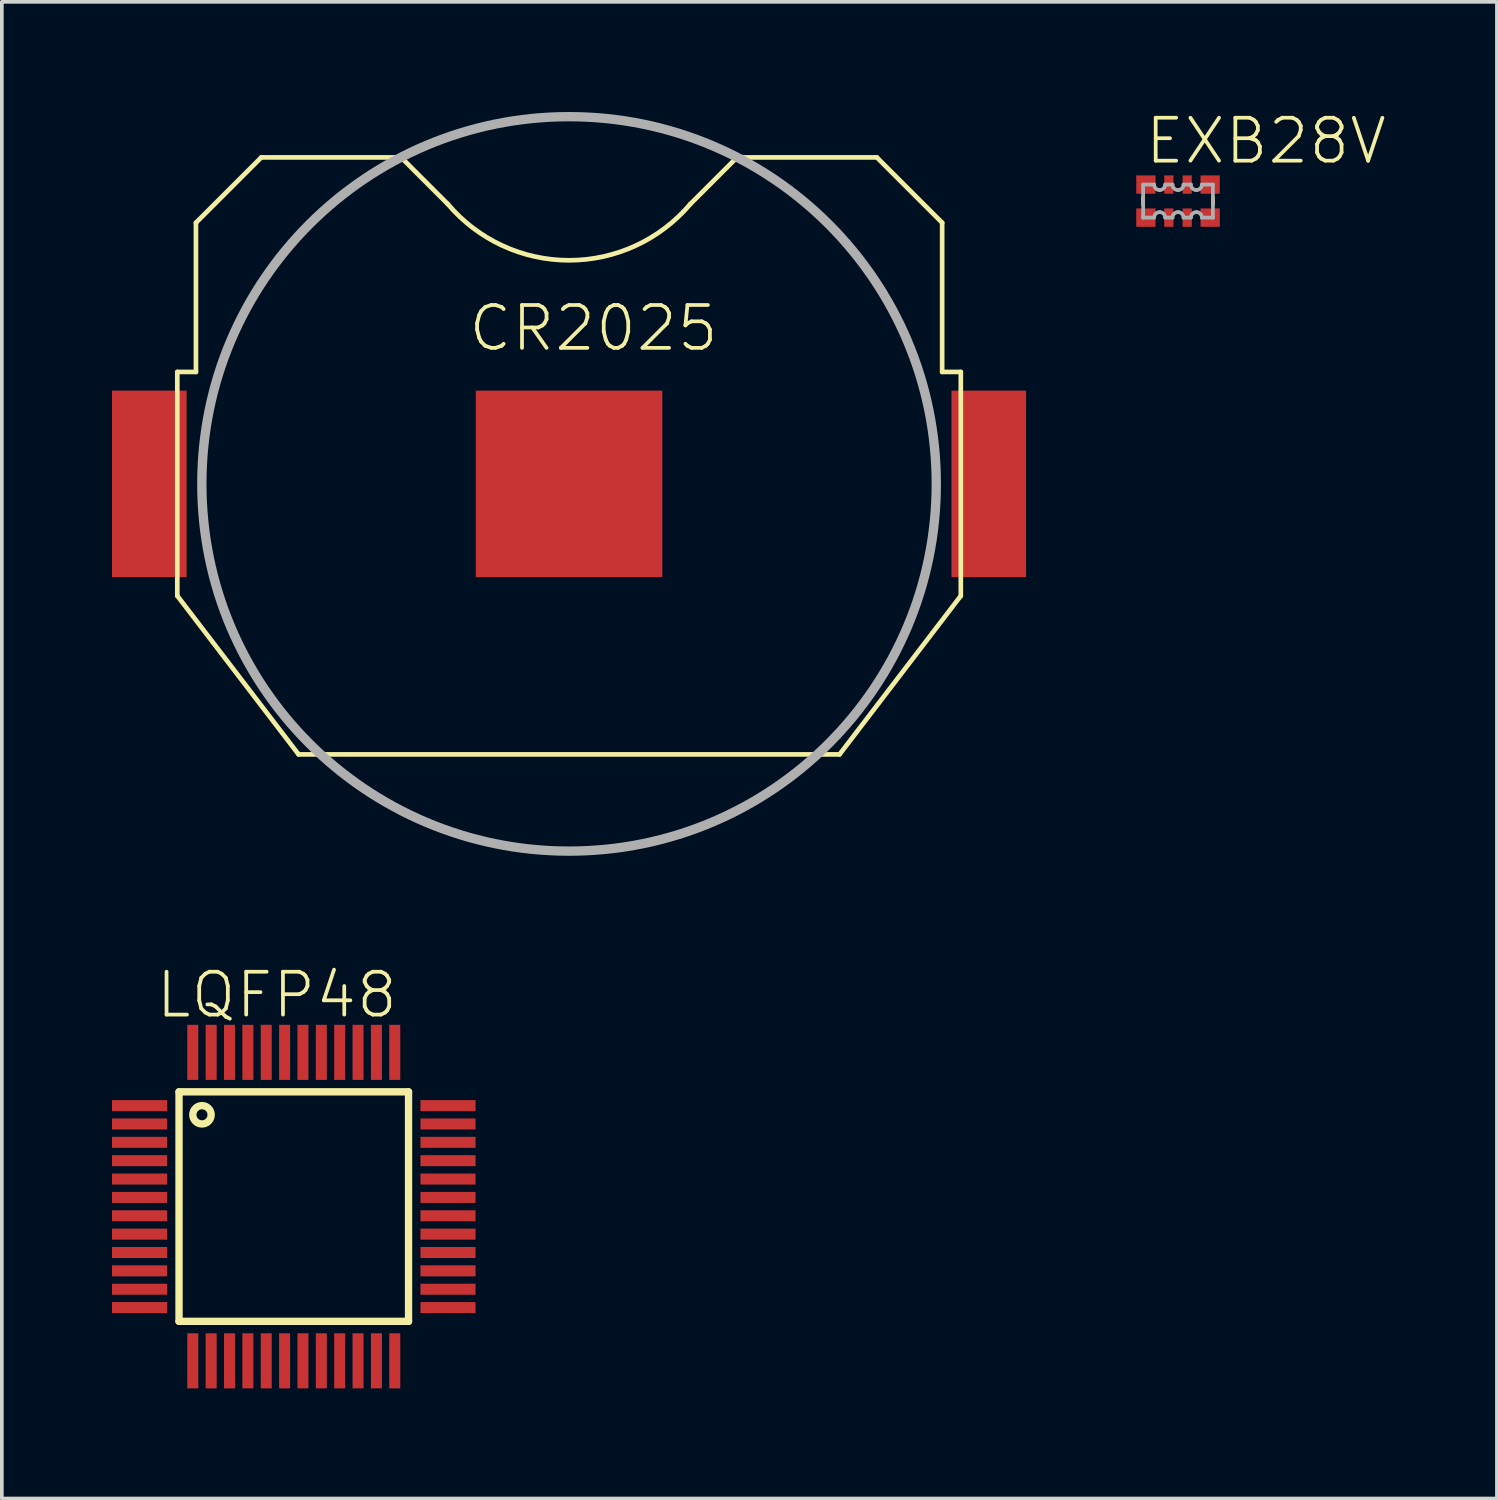
<source format=kicad_pcb>
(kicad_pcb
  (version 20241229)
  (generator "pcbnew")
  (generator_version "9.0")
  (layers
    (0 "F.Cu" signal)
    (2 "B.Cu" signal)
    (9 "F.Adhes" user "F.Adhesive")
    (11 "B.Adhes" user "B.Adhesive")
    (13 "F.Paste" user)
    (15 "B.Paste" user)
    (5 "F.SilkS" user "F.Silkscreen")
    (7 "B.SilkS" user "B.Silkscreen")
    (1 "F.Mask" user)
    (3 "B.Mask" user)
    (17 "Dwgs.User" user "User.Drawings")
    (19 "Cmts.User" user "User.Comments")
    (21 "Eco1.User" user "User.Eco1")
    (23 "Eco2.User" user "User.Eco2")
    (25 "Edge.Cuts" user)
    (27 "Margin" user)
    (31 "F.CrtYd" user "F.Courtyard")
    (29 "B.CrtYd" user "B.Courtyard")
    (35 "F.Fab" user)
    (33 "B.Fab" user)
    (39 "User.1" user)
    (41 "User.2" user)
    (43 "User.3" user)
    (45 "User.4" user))
  (footprint "CR2025"
    (layer "F.Cu")
    (at 12.446 10.127)
    (property "Reference" "CR2025" (at -2.794 -3.556 0) (unlocked yes) (layer "F.SilkS") (effects (font (size 1.168 1.168) (thickness 0.102)) (justify left bottom)))
    (fp_line (start -10.668 -3.048) (end -10.16 -3.048) (stroke (width 0.127) (type solid)) (layer "F.SilkS"))
    (fp_line (start -10.668 3.048) (end -10.668 -3.048) (stroke (width 0.127) (type solid)) (layer "F.SilkS"))
    (fp_line (start -10.16 -7.112) (end -8.382 -8.89) (stroke (width 0.127) (type solid)) (layer "F.SilkS"))
    (fp_line (start -10.16 -3.048) (end -10.16 -7.112) (stroke (width 0.127) (type solid)) (layer "F.SilkS"))
    (fp_line (start -7.366 7.366) (end -10.668 3.048) (stroke (width 0.127) (type solid)) (layer "F.SilkS"))
    (fp_line (start -7.366 7.366) (end 7.366 7.366) (stroke (width 0.127) (type solid)) (layer "F.SilkS"))
    (fp_line (start -4.572 -8.89) (end -8.382 -8.89) (stroke (width 0.127) (type solid)) (layer "F.SilkS"))
    (fp_line (start -3.302 -7.62) (end -4.572 -8.89) (stroke (width 0.127) (type solid)) (layer "F.SilkS"))
    (fp_line (start 3.302 -7.62) (end 4.572 -8.89) (stroke (width 0.127) (type solid)) (layer "F.SilkS"))
    (fp_line (start 4.572 -8.89) (end 8.382 -8.89) (stroke (width 0.127) (type solid)) (layer "F.SilkS"))
    (fp_line (start 7.366 7.366) (end 10.668 3.048) (stroke (width 0.127) (type solid)) (layer "F.SilkS"))
    (fp_line (start 10.16 -7.112) (end 8.382 -8.89) (stroke (width 0.127) (type solid)) (layer "F.SilkS"))
    (fp_line (start 10.16 -3.048) (end 10.16 -7.112) (stroke (width 0.127) (type solid)) (layer "F.SilkS"))
    (fp_line (start 10.668 -3.048) (end 10.16 -3.048) (stroke (width 0.127) (type solid)) (layer "F.SilkS"))
    (fp_line (start 10.668 -3.048) (end 10.668 3.048) (stroke (width 0.127) (type solid)) (layer "F.SilkS"))
    (fp_arc (start 3.302 -7.62) (mid 0 -6.088536) (end -3.302 -7.62) (stroke (width 0.127) (type solid)) (layer "F.SilkS"))
    (fp_circle (center 0 0) (end 10 0) (stroke (width 0.254) (type solid)) (fill no) (layer "F.Fab"))
    (pad "GND" smd rect (at 0 0) (size 5.08 5.08) (layers "F.Cu" "F.Mask" "F.Paste"))
    (pad "POS1" smd rect (at -11.43 0) (size 2.032 5.08) (layers "F.Cu" "F.Mask" "F.Paste"))
    (pad "POS2" smd rect (at 11.43 0) (size 2.032 5.08) (layers "F.Cu" "F.Mask" "F.Paste")))
  (footprint "EXB28V"
    (layer "F.Cu")
    (at 29.029 2.426)
    (property "Reference" "EXB28V" (at -0.953 -0.953 0) (unlocked yes) (layer "F.SilkS") (effects (font (size 1.168 1.168) (thickness 0.102)) (justify left bottom)))
    (fp_line (start -0.95 0.1) (end -0.95 -0.1) (stroke (width 0.102) (type solid)) (layer "F.SilkS"))
    (fp_line (start 0.95 -0.1) (end 0.95 0.1) (stroke (width 0.102) (type solid)) (layer "F.SilkS"))
    (fp_line (start -0.95 -0.45) (end -0.65 -0.45) (stroke (width 0.102) (type solid)) (layer "F.Fab"))
    (fp_line (start -0.95 0.45) (end -0.95 -0.45) (stroke (width 0.102) (type solid)) (layer "F.Fab"))
    (fp_line (start -0.65 0.45) (end -0.95 0.45) (stroke (width 0.102) (type solid)) (layer "F.Fab"))
    (fp_line (start -0.35 -0.45) (end -0.15 -0.45) (stroke (width 0.102) (type solid)) (layer "F.Fab"))
    (fp_line (start -0.15 0.45) (end -0.35 0.45) (stroke (width 0.102) (type solid)) (layer "F.Fab"))
    (fp_line (start 0.15 -0.45) (end 0.35 -0.45) (stroke (width 0.102) (type solid)) (layer "F.Fab"))
    (fp_line (start 0.35 0.45) (end 0.15 0.45) (stroke (width 0.102) (type solid)) (layer "F.Fab"))
    (fp_line (start 0.65 -0.45) (end 0.95 -0.45) (stroke (width 0.102) (type solid)) (layer "F.Fab"))
    (fp_line (start 0.95 -0.45) (end 0.95 0.45) (stroke (width 0.102) (type solid)) (layer "F.Fab"))
    (fp_line (start 0.95 0.45) (end 0.65 0.45) (stroke (width 0.102) (type solid)) (layer "F.Fab"))
    (fp_arc (start -0.65 0.45) (mid -0.606066 0.343934) (end -0.5 0.3) (stroke (width 0.1016) (type solid)) (layer "F.Fab"))
    (fp_arc (start -0.5 -0.3) (mid -0.606066 -0.343934) (end -0.65 -0.45) (stroke (width 0.1016) (type solid)) (layer "F.Fab"))
    (fp_arc (start -0.5 0.3) (mid -0.393934 0.343934) (end -0.35 0.45) (stroke (width 0.1016) (type solid)) (layer "F.Fab"))
    (fp_arc (start -0.35 -0.45) (mid -0.393934 -0.343934) (end -0.5 -0.3) (stroke (width 0.1016) (type solid)) (layer "F.Fab"))
    (fp_arc (start -0.15 0.45) (mid -0.106066 0.343934) (end 0 0.3) (stroke (width 0.1016) (type solid)) (layer "F.Fab"))
    (fp_arc (start 0 -0.3) (mid -0.106066 -0.343934) (end -0.15 -0.45) (stroke (width 0.1016) (type solid)) (layer "F.Fab"))
    (fp_arc (start 0 0.3) (mid 0.106066 0.343934) (end 0.15 0.45) (stroke (width 0.1016) (type solid)) (layer "F.Fab"))
    (fp_arc (start 0.15 -0.45) (mid 0.106066 -0.343934) (end 0 -0.3) (stroke (width 0.1016) (type solid)) (layer "F.Fab"))
    (fp_arc (start 0.35 0.45) (mid 0.393934 0.343934) (end 0.5 0.3) (stroke (width 0.1016) (type solid)) (layer "F.Fab"))
    (fp_arc (start 0.5 -0.3) (mid 0.393934 -0.343934) (end 0.35 -0.45) (stroke (width 0.1016) (type solid)) (layer "F.Fab"))
    (fp_arc (start 0.5 0.3) (mid 0.606066 0.343934) (end 0.65 0.45) (stroke (width 0.1016) (type solid)) (layer "F.Fab"))
    (fp_arc (start 0.65 -0.45) (mid 0.606066 -0.343934) (end 0.5 -0.3) (stroke (width 0.1016) (type solid)) (layer "F.Fab"))
    (pad "1" smd rect (at -0.875 0.45) (size 0.525 0.5) (layers "F.Cu" "F.Mask" "F.Paste"))
    (pad "2" smd rect (at -0.25 0.45) (size 0.25 0.5) (layers "F.Cu" "F.Mask" "F.Paste"))
    (pad "3" smd rect (at 0.25 0.45) (size 0.25 0.5) (layers "F.Cu" "F.Mask" "F.Paste"))
    (pad "4" smd rect (at 0.875 0.45) (size 0.525 0.5) (layers "F.Cu" "F.Mask" "F.Paste"))
    (pad "5" smd rect (at 0.875 -0.45 180) (size 0.525 0.5) (layers "F.Cu" "F.Mask" "F.Paste"))
    (pad "6" smd rect (at 0.25 -0.45 180) (size 0.25 0.5) (layers "F.Cu" "F.Mask" "F.Paste"))
    (pad "7" smd rect (at -0.25 -0.45 180) (size 0.25 0.5) (layers "F.Cu" "F.Mask" "F.Paste"))
    (pad "8" smd rect (at -0.875 -0.45 180) (size 0.525 0.5) (layers "F.Cu" "F.Mask" "F.Paste")))
  (footprint "LQFP48"
    (layer "F.Cu")
    (at 4.95 29.807)
    (property "Reference" "LQFP48" (at -3.81 -5.08 0) (unlocked yes) (layer "F.SilkS") (effects (font (size 1.168 1.168) (thickness 0.102)) (justify left bottom)))
    (fp_line (start -3.125 -3.125) (end 3.125 -3.125) (stroke (width 0.2) (type solid)) (layer "F.SilkS"))
    (fp_line (start -3.125 3.125) (end -3.125 -3.125) (stroke (width 0.2) (type solid)) (layer "F.SilkS"))
    (fp_line (start 3.125 -3.125) (end 3.125 3.125) (stroke (width 0.2) (type solid)) (layer "F.SilkS"))
    (fp_line (start 3.125 3.125) (end -3.125 3.125) (stroke (width 0.2) (type solid)) (layer "F.SilkS"))
    (fp_circle (center -2.5 -2.5) (end -2.25 -2.5) (stroke (width 0.2) (type solid)) (fill no) (layer "F.SilkS"))
    (pad "1" smd rect (at -4.2 -2.75 270) (size 0.3 1.5) (layers "F.Cu" "F.Mask" "F.Paste"))
    (pad "2" smd rect (at -4.2 -2.25 270) (size 0.3 1.5) (layers "F.Cu" "F.Mask" "F.Paste"))
    (pad "3" smd rect (at -4.2 -1.75 270) (size 0.3 1.5) (layers "F.Cu" "F.Mask" "F.Paste"))
    (pad "4" smd rect (at -4.2 -1.25 270) (size 0.3 1.5) (layers "F.Cu" "F.Mask" "F.Paste"))
    (pad "5" smd rect (at -4.2 -0.75 270) (size 0.3 1.5) (layers "F.Cu" "F.Mask" "F.Paste"))
    (pad "6" smd rect (at -4.2 -0.25 270) (size 0.3 1.5) (layers "F.Cu" "F.Mask" "F.Paste"))
    (pad "7" smd rect (at -4.2 0.25 270) (size 0.3 1.5) (layers "F.Cu" "F.Mask" "F.Paste"))
    (pad "8" smd rect (at -4.2 0.75 270) (size 0.3 1.5) (layers "F.Cu" "F.Mask" "F.Paste"))
    (pad "9" smd rect (at -4.2 1.25 270) (size 0.3 1.5) (layers "F.Cu" "F.Mask" "F.Paste"))
    (pad "10" smd rect (at -4.2 1.75 270) (size 0.3 1.5) (layers "F.Cu" "F.Mask" "F.Paste"))
    (pad "11" smd rect (at -4.2 2.25 270) (size 0.3 1.5) (layers "F.Cu" "F.Mask" "F.Paste"))
    (pad "12" smd rect (at -4.2 2.75 270) (size 0.3 1.5) (layers "F.Cu" "F.Mask" "F.Paste"))
    (pad "13" smd rect (at -2.75 4.2) (size 0.3 1.5) (layers "F.Cu" "F.Mask" "F.Paste"))
    (pad "14" smd rect (at -2.25 4.2) (size 0.3 1.5) (layers "F.Cu" "F.Mask" "F.Paste"))
    (pad "15" smd rect (at -1.75 4.2) (size 0.3 1.5) (layers "F.Cu" "F.Mask" "F.Paste"))
    (pad "16" smd rect (at -1.25 4.2) (size 0.3 1.5) (layers "F.Cu" "F.Mask" "F.Paste"))
    (pad "17" smd rect (at -0.75 4.2) (size 0.3 1.5) (layers "F.Cu" "F.Mask" "F.Paste"))
    (pad "18" smd rect (at -0.25 4.2) (size 0.3 1.5) (layers "F.Cu" "F.Mask" "F.Paste"))
    (pad "19" smd rect (at 0.25 4.2) (size 0.3 1.5) (layers "F.Cu" "F.Mask" "F.Paste"))
    (pad "20" smd rect (at 0.75 4.2) (size 0.3 1.5) (layers "F.Cu" "F.Mask" "F.Paste"))
    (pad "21" smd rect (at 1.25 4.2) (size 0.3 1.5) (layers "F.Cu" "F.Mask" "F.Paste"))
    (pad "22" smd rect (at 1.75 4.2) (size 0.3 1.5) (layers "F.Cu" "F.Mask" "F.Paste"))
    (pad "23" smd rect (at 2.25 4.2) (size 0.3 1.5) (layers "F.Cu" "F.Mask" "F.Paste"))
    (pad "24" smd rect (at 2.75 4.2) (size 0.3 1.5) (layers "F.Cu" "F.Mask" "F.Paste"))
    (pad "25" smd rect (at 4.2 2.75 90) (size 0.3 1.5) (layers "F.Cu" "F.Mask" "F.Paste"))
    (pad "26" smd rect (at 4.2 2.25 90) (size 0.3 1.5) (layers "F.Cu" "F.Mask" "F.Paste"))
    (pad "27" smd rect (at 4.2 1.75 90) (size 0.3 1.5) (layers "F.Cu" "F.Mask" "F.Paste"))
    (pad "28" smd rect (at 4.2 1.25 90) (size 0.3 1.5) (layers "F.Cu" "F.Mask" "F.Paste"))
    (pad "29" smd rect (at 4.2 0.75 90) (size 0.3 1.5) (layers "F.Cu" "F.Mask" "F.Paste"))
    (pad "30" smd rect (at 4.2 0.25 90) (size 0.3 1.5) (layers "F.Cu" "F.Mask" "F.Paste"))
    (pad "31" smd rect (at 4.2 -0.25 90) (size 0.3 1.5) (layers "F.Cu" "F.Mask" "F.Paste"))
    (pad "32" smd rect (at 4.2 -0.75 90) (size 0.3 1.5) (layers "F.Cu" "F.Mask" "F.Paste"))
    (pad "33" smd rect (at 4.2 -1.25 90) (size 0.3 1.5) (layers "F.Cu" "F.Mask" "F.Paste"))
    (pad "34" smd rect (at 4.2 -1.75 90) (size 0.3 1.5) (layers "F.Cu" "F.Mask" "F.Paste"))
    (pad "35" smd rect (at 4.2 -2.25 90) (size 0.3 1.5) (layers "F.Cu" "F.Mask" "F.Paste"))
    (pad "36" smd rect (at 4.2 -2.75 90) (size 0.3 1.5) (layers "F.Cu" "F.Mask" "F.Paste"))
    (pad "37" smd rect (at 2.75 -4.2 180) (size 0.3 1.5) (layers "F.Cu" "F.Mask" "F.Paste"))
    (pad "38" smd rect (at 2.25 -4.2 180) (size 0.3 1.5) (layers "F.Cu" "F.Mask" "F.Paste"))
    (pad "39" smd rect (at 1.75 -4.2 180) (size 0.3 1.5) (layers "F.Cu" "F.Mask" "F.Paste"))
    (pad "40" smd rect (at 1.25 -4.2 180) (size 0.3 1.5) (layers "F.Cu" "F.Mask" "F.Paste"))
    (pad "41" smd rect (at 0.75 -4.2 180) (size 0.3 1.5) (layers "F.Cu" "F.Mask" "F.Paste"))
    (pad "42" smd rect (at 0.25 -4.2 180) (size 0.3 1.5) (layers "F.Cu" "F.Mask" "F.Paste"))
    (pad "43" smd rect (at -0.25 -4.2 180) (size 0.3 1.5) (layers "F.Cu" "F.Mask" "F.Paste"))
    (pad "44" smd rect (at -0.75 -4.2 180) (size 0.3 1.5) (layers "F.Cu" "F.Mask" "F.Paste"))
    (pad "45" smd rect (at -1.25 -4.2 180) (size 0.3 1.5) (layers "F.Cu" "F.Mask" "F.Paste"))
    (pad "46" smd rect (at -1.75 -4.2 180) (size 0.3 1.5) (layers "F.Cu" "F.Mask" "F.Paste"))
    (pad "47" smd rect (at -2.25 -4.2 180) (size 0.3 1.5) (layers "F.Cu" "F.Mask" "F.Paste"))
    (pad "48" smd rect (at -2.75 -4.2 180) (size 0.3 1.5) (layers "F.Cu" "F.Mask" "F.Paste")))
  (gr_rect
    (start -3 -3)
    (end 37.713 37.757)
    (stroke (width 0.1) (type default))
    (fill no)
    (layer "Edge.Cuts")))
</source>
